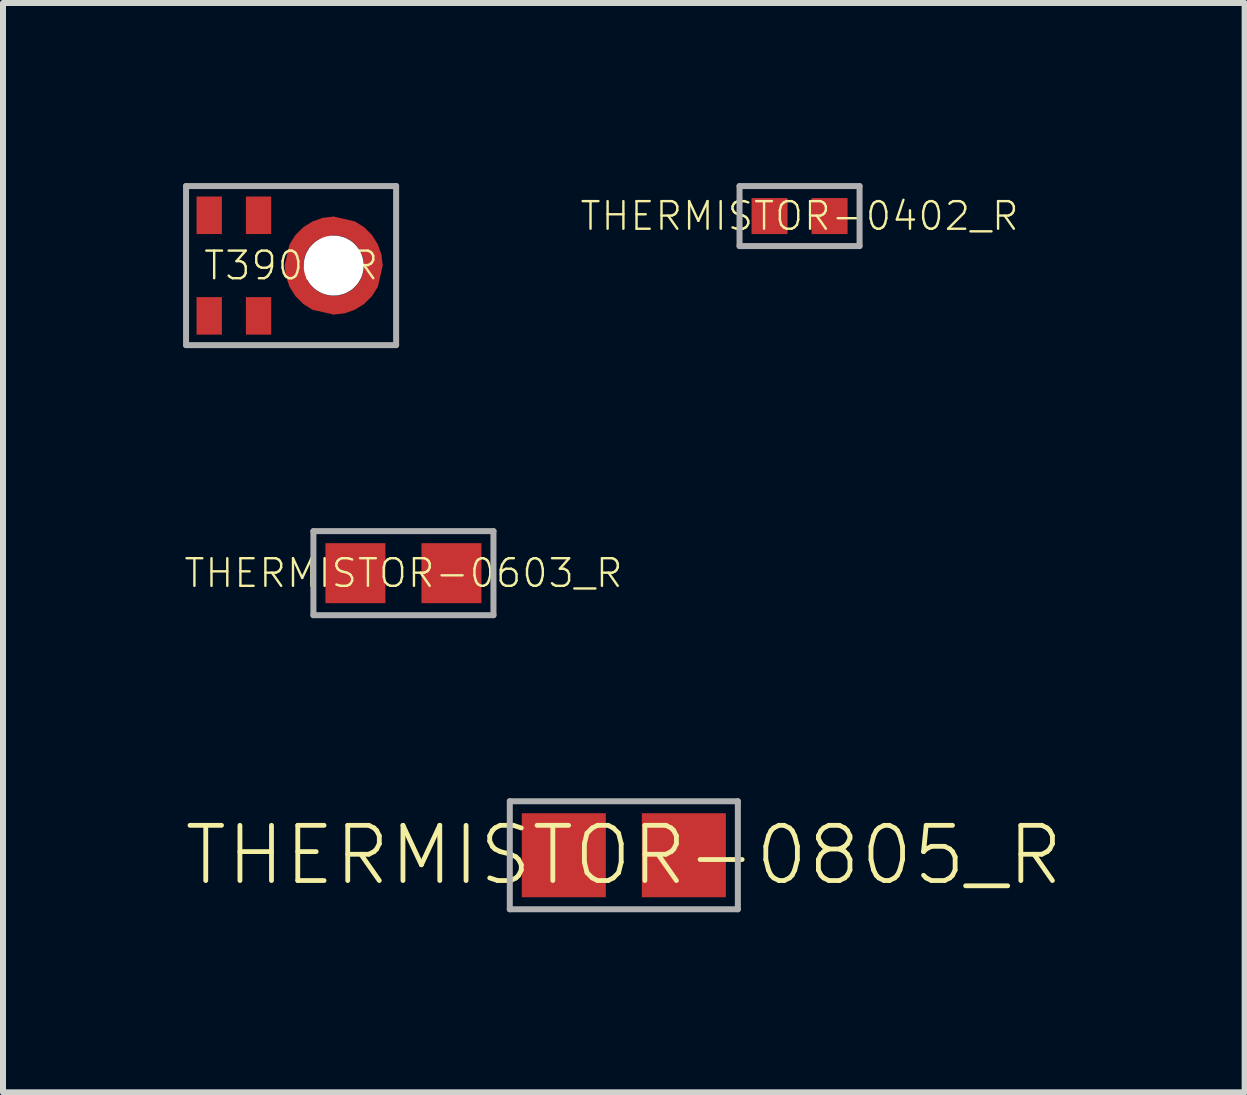
<source format=kicad_pcb>
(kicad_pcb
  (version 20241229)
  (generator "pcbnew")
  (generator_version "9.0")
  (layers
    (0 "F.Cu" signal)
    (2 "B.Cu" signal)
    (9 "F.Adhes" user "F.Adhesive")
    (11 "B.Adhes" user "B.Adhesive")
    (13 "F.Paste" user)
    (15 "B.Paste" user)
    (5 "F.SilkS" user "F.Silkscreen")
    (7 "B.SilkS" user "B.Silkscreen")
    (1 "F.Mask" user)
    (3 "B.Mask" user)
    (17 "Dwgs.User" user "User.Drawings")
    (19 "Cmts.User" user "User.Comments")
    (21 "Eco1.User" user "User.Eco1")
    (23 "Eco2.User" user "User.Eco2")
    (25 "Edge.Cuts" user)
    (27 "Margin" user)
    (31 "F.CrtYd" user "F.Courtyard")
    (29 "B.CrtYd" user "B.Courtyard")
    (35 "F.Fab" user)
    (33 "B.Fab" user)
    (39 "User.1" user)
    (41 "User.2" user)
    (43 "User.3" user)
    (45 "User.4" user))
  (footprint "T3902_R"
    (layer "F.Cu")
    (at 1.8 1.375)
    (property "Reference" "T3902_R" (at 0 0 0) (unlocked yes) (layer "F.SilkS") (effects (font (size 0.46 0.46) (thickness 0.04))))
    (fp_poly (pts (xy 0.272 0.253) (xy 0.352 0.358) (xy 0.457 0.438) (xy 0.579 0.489) (xy 0.715 0.507) (xy 0.715 0.818) (xy 0.356 0.736) (xy 0.201 0.638) (xy 0.072 0.509) (xy -0.025 0.354) (xy -0.086 0.182) (xy -0.107 -0.005) (xy 0.203 -0.005)) (stroke (width 0) (type default)) (fill yes) (layer "F.Cu"))
    (fp_poly (pts (xy 0.715 -0.507) (xy 0.457 -0.438) (xy 0.352 -0.358) (xy 0.272 -0.253) (xy 0.221 -0.131) (xy 0.203 0.005) (xy -0.108 0.005) (xy -0.026 -0.354) (xy 0.072 -0.509) (xy 0.201 -0.638) (xy 0.356 -0.735) (xy 0.528 -0.796) (xy 0.715 -0.817)) (stroke (width 0) (type default)) (fill yes) (layer "F.Cu"))
    (fp_poly (pts (xy 1.064 -0.736) (xy 1.219 -0.638) (xy 1.348 -0.509) (xy 1.445 -0.354) (xy 1.506 -0.182) (xy 1.527 0.005) (xy 1.217 0.005) (xy 1.199 -0.131) (xy 1.148 -0.253) (xy 1.068 -0.358) (xy 0.963 -0.438) (xy 0.841 -0.489) (xy 0.705 -0.507) (xy 0.705 -0.818)) (stroke (width 0) (type default)) (fill yes) (layer "F.Cu"))
    (fp_poly (pts (xy 1.446 0.354) (xy 1.348 0.509) (xy 1.219 0.638) (xy 1.064 0.735) (xy 0.892 0.796) (xy 0.705 0.817) (xy 0.705 0.507) (xy 0.841 0.489) (xy 0.963 0.438) (xy 1.068 0.358) (xy 1.148 0.253) (xy 1.199 0.131) (xy 1.217 -0.005) (xy 1.528 -0.005)) (stroke (width 0) (type default)) (fill yes) (layer "F.Cu"))
    (fp_circle (center 0.71 0) (end 1.14 0) (stroke (width 0.86) (type solid)) (fill yes) (layer "F.Mask"))
    (fp_poly (pts (xy -1.625 -0.475) (xy -1.1 -0.475) (xy -1.1 -1.2) (xy -1.625 -1.2)) (stroke (width 0) (type default)) (fill yes) (layer "F.Mask"))
    (fp_poly (pts (xy -1.625 1.2) (xy -1.1 1.2) (xy -1.1 0.475) (xy -1.625 0.475)) (stroke (width 0) (type default)) (fill yes) (layer "F.Mask"))
    (fp_poly (pts (xy -0.803 -0.475) (xy -0.278 -0.475) (xy -0.278 -1.2) (xy -0.803 -1.2)) (stroke (width 0) (type default)) (fill yes) (layer "F.Mask"))
    (fp_poly (pts (xy -0.803 1.2) (xy -0.278 1.2) (xy -0.278 0.475) (xy -0.803 0.475)) (stroke (width 0) (type default)) (fill yes) (layer "F.Mask"))
    (fp_poly (pts (xy -1.153 -0.525) (xy -1.575 -0.525) (xy -1.575 -1.15) (xy -1.153 -1.15)) (stroke (width 0) (type default)) (fill yes) (layer "F.Paste"))
    (fp_poly (pts (xy -1.153 1.15) (xy -1.575 1.15) (xy -1.575 0.525) (xy -1.153 0.525)) (stroke (width 0) (type default)) (fill yes) (layer "F.Paste"))
    (fp_poly (pts (xy -0.331 -0.525) (xy -0.753 -0.525) (xy -0.753 -1.15) (xy -0.331 -1.15)) (stroke (width 0) (type default)) (fill yes) (layer "F.Paste"))
    (fp_poly (pts (xy -0.331 1.15) (xy -0.753 1.15) (xy -0.753 0.525) (xy -0.331 0.525)) (stroke (width 0) (type default)) (fill yes) (layer "F.Paste"))
    (fp_poly (pts (xy 0.172 0.181) (xy 0.223 0.302) (xy 0.303 0.407) (xy 0.407 0.487) (xy 0.665 0.556) (xy 0.665 0.78) (xy 0.665 0.78) (xy 0.665 0.791) (xy 0.495 0.771) (xy 0.339 0.717) (xy 0.199 0.629) (xy 0.081 0.511) (xy -0.007 0.371) (xy -0.081 0.045) (xy 0.15 0.045) (xy 0.154 0.045)) (stroke (width 0) (type default)) (fill yes) (layer "F.Paste"))
    (fp_poly (pts (xy 0.665 -0.56) (xy 0.665 -0.556) (xy 0.529 -0.538) (xy 0.408 -0.487) (xy 0.303 -0.407) (xy 0.223 -0.303) (xy 0.154 -0.045) (xy -0.07 -0.045) (xy -0.07 -0.045) (xy -0.081 -0.045) (xy -0.061 -0.215) (xy -0.007 -0.371) (xy 0.081 -0.511) (xy 0.199 -0.629) (xy 0.339 -0.717) (xy 0.665 -0.791)) (stroke (width 0) (type default)) (fill yes) (layer "F.Paste"))
    (fp_poly (pts (xy 1.501 0.045) (xy 1.481 0.215) (xy 1.427 0.371) (xy 1.339 0.511) (xy 1.221 0.629) (xy 1.081 0.717) (xy 0.755 0.791) (xy 0.755 0.56) (xy 0.755 0.556) (xy 0.891 0.538) (xy 1.012 0.487) (xy 1.117 0.407) (xy 1.197 0.302) (xy 1.248 0.181) (xy 1.266 0.045) (xy 1.49 0.045) (xy 1.49 0.045)) (stroke (width 0) (type default)) (fill yes) (layer "F.Paste"))
    (fp_poly (pts (xy 0.925 -0.771) (xy 1.081 -0.717) (xy 1.221 -0.629) (xy 1.339 -0.511) (xy 1.427 -0.371) (xy 1.481 -0.215) (xy 1.501 -0.045) (xy 1.27 -0.045) (xy 1.266 -0.045) (xy 1.248 -0.181) (xy 1.197 -0.302) (xy 1.117 -0.407) (xy 1.012 -0.487) (xy 0.891 -0.538) (xy 0.755 -0.556) (xy 0.755 -0.78) (xy 0.755 -0.78) (xy 0.755 -0.791)) (stroke (width 0) (type default)) (fill yes) (layer "F.Paste"))
    (fp_line (start -1.75 -1.325) (end -1.75 1.325) (stroke (width 0.1) (type solid)) (layer "F.Fab"))
    (fp_line (start -1.75 1.325) (end 1.75 1.325) (stroke (width 0.1) (type solid)) (layer "F.Fab"))
    (fp_line (start 1.75 -1.325) (end -1.75 -1.325) (stroke (width 0.1) (type solid)) (layer "F.Fab"))
    (fp_line (start 1.75 1.325) (end 1.75 -1.325) (stroke (width 0.1) (type solid)) (layer "F.Fab"))
    (pad "" np_thru_hole circle (at 0.71 0) (size 1 1) (drill 1) (layers "*.Cu" "*.Mask"))
    (pad "1" smd rect (at -1.364 0.838) (size 0.422 0.625) (layers "F.Cu"))
    (pad "2" smd rect (at -0.542 0.838) (size 0.422 0.625) (layers "F.Cu"))
    (pad "3" smd rect (at 0.03 0) (size 0.1 0.1) (layers "F.Cu"))
    (pad "4" smd rect (at -0.542 -0.838) (size 0.422 0.625) (layers "F.Cu"))
    (pad "5" smd rect (at -1.364 -0.838) (size 0.422 0.625) (layers "F.Cu")))
  (footprint "THERMISTOR-0402_R"
    (layer "F.Cu")
    (at 10.272 0.55)
    (property "Reference" "THERMISTOR-0402_R" (at 0 0 0) (unlocked yes) (layer "F.SilkS") (effects (font (size 0.46 0.46) (thickness 0.04))))
    (fp_poly (pts (xy -0.2 0.3) (xy -0.8 0.3) (xy -0.8 -0.3) (xy -0.2 -0.3)) (stroke (width 0) (type default)) (fill yes) (layer "F.Paste"))
    (fp_poly (pts (xy 0.8 0.3) (xy 0.2 0.3) (xy 0.2 -0.3) (xy 0.8 -0.3)) (stroke (width 0) (type default)) (fill yes) (layer "F.Paste"))
    (fp_line (start -1 -0.5) (end 1 -0.5) (stroke (width 0.1) (type solid)) (layer "F.Fab"))
    (fp_line (start -1 0.5) (end -1 -0.5) (stroke (width 0.1) (type solid)) (layer "F.Fab"))
    (fp_line (start 1 -0.5) (end 1 0.5) (stroke (width 0.1) (type solid)) (layer "F.Fab"))
    (fp_line (start 1 0.5) (end -1 0.5) (stroke (width 0.1) (type solid)) (layer "F.Fab"))
    (pad "1" smd rect (at -0.5 0) (size 0.6 0.6) (layers "F.Cu" "F.Mask"))
    (pad "2" smd rect (at 0.5 0) (size 0.6 0.6) (layers "F.Cu" "F.Mask")))
  (footprint "THERMISTOR-0603_R"
    (layer "F.Cu")
    (at 3.672 6.5)
    (property "Reference" "THERMISTOR-0603_R" (at 0 0 0) (unlocked yes) (layer "F.SilkS") (effects (font (size 0.46 0.46) (thickness 0.04))))
    (fp_line (start -1.5 -0.7) (end 1.5 -0.7) (stroke (width 0.1) (type solid)) (layer "F.Fab"))
    (fp_line (start -1.5 0.7) (end -1.5 -0.7) (stroke (width 0.1) (type solid)) (layer "F.Fab"))
    (fp_line (start 1.5 -0.7) (end 1.5 0.7) (stroke (width 0.1) (type solid)) (layer "F.Fab"))
    (fp_line (start 1.5 0.7) (end -1.5 0.7) (stroke (width 0.1) (type solid)) (layer "F.Fab"))
    (pad "1" smd rect (at -0.8 0) (size 1 1) (layers "F.Cu" "F.Mask" "F.Paste"))
    (pad "2" smd rect (at 0.8 0) (size 1 1) (layers "F.Cu" "F.Mask" "F.Paste")))
  (footprint "THERMISTOR-0805_R"
    (layer "F.Cu")
    (at 7.344 11.2)
    (property "Reference" "THERMISTOR-0805_R" (at 0 0 0) (unlocked yes) (layer "F.SilkS") (effects (font (size 0.92 0.92) (thickness 0.08))))
    (fp_line (start -1.9 -0.9) (end 1.9 -0.9) (stroke (width 0.1) (type solid)) (layer "F.Fab"))
    (fp_line (start -1.9 0.9) (end -1.9 -0.9) (stroke (width 0.1) (type solid)) (layer "F.Fab"))
    (fp_line (start 1.9 -0.9) (end 1.9 0.9) (stroke (width 0.1) (type solid)) (layer "F.Fab"))
    (fp_line (start 1.9 0.9) (end -1.9 0.9) (stroke (width 0.1) (type solid)) (layer "F.Fab"))
    (pad "1" smd rect (at -1 0) (size 1.4 1.4) (layers "F.Cu" "F.Mask" "F.Paste"))
    (pad "2" smd rect (at 1 0) (size 1.4 1.4) (layers "F.Cu" "F.Mask" "F.Paste")))
  (gr_rect
    (start -3 -3)
    (end 17.688 15.15)
    (stroke (width 0.1) (type default))
    (fill no)
    (layer "Edge.Cuts")))
</source>
